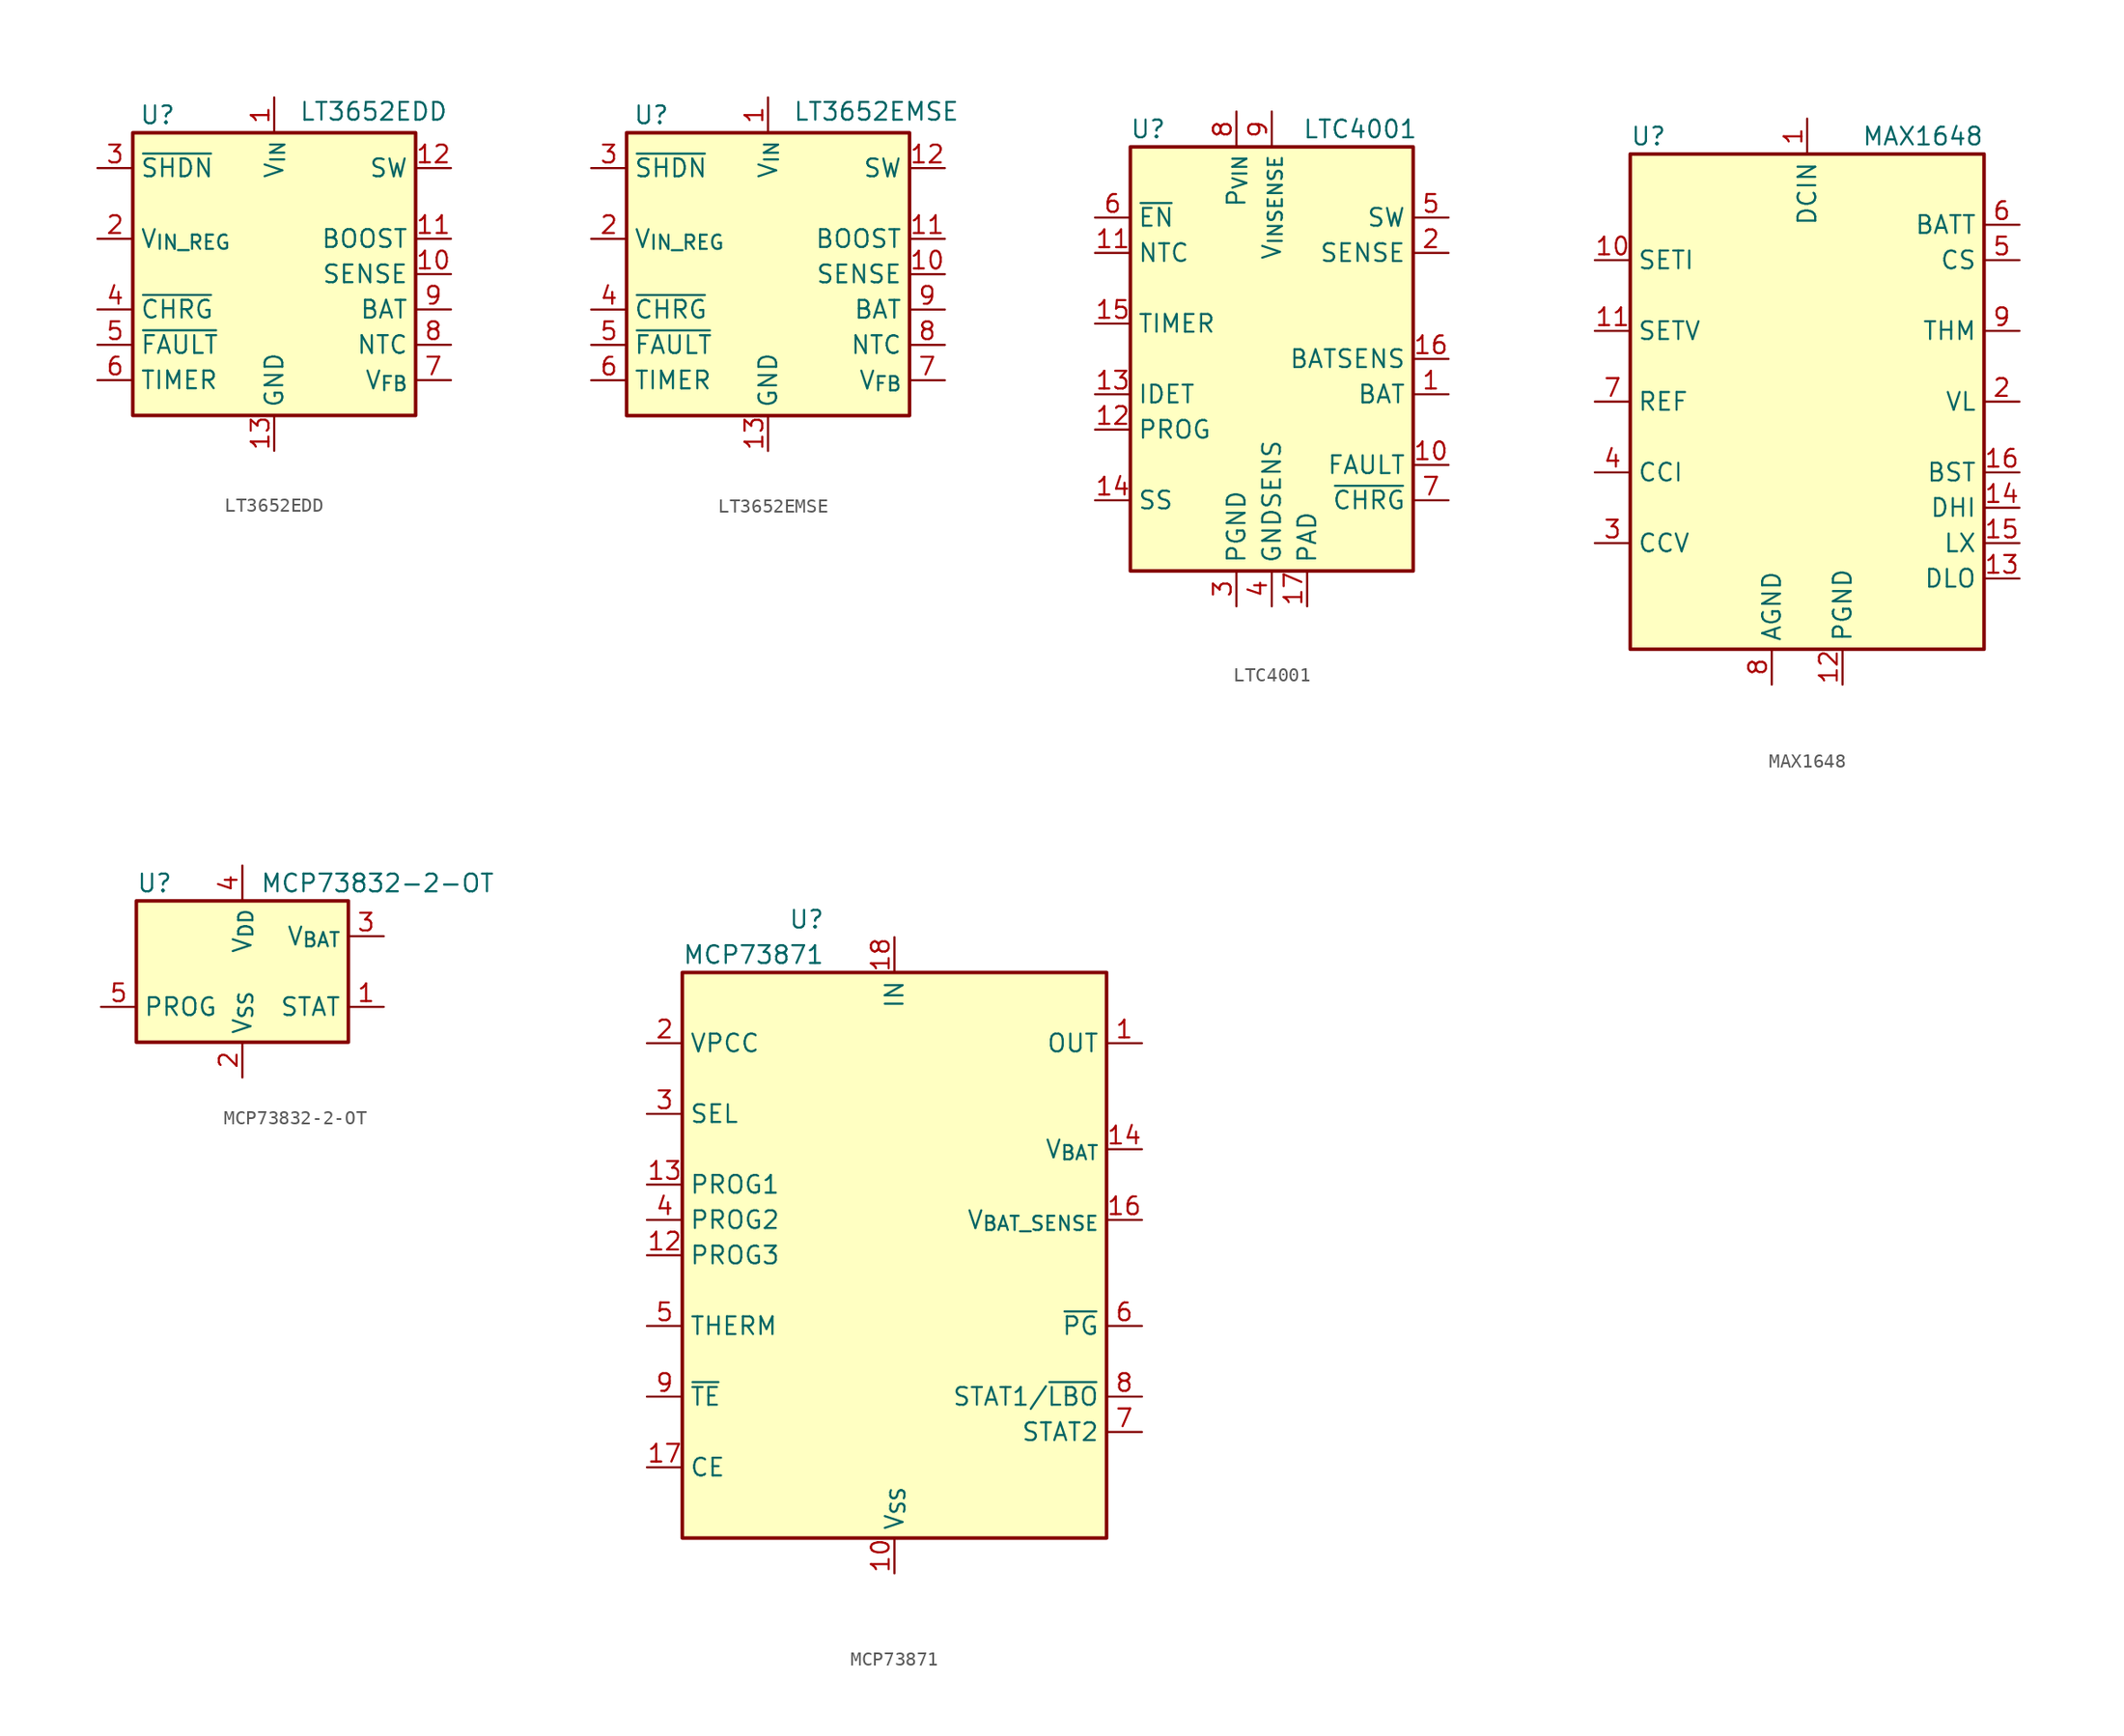
<source format=kicad_sym>
(kicad_symbol_lib
  (version 20220914)
  (generator kicad_symbol_editor)
  (symbol "LT3652EDD"
    (property "Reference" "U"
      (at -8.382 11.43 0)
      (effects (font (size 1.27 1.27))))
    (property "Value" "LT3652EDD"
      (at 1.778 11.684 0)
      (effects (font (size 1.27 1.27)) (justify left)))
    (symbol "LT3652EDD_0_1"
      (rectangle (start -10.16 10.16) (end 10.16 -10.16) (stroke (width 0.254) (type default)) (fill (type background))))
    (symbol "LT3652EDD_1_1"
      (pin power_in line (at 0 12.7 270) (length 2.54) (name "V_{IN}" (effects (font (size 1.27 1.27)))) (number "1" (effects (font (size 1.27 1.27)))))
      (pin input line (at 12.7 0 180) (length 2.54) (name "SENSE" (effects (font (size 1.27 1.27)))) (number "10" (effects (font (size 1.27 1.27)))))
      (pin input line (at 12.7 2.54 180) (length 2.54) (name "BOOST" (effects (font (size 1.27 1.27)))) (number "11" (effects (font (size 1.27 1.27)))))
      (pin output line (at 12.7 7.62 180) (length 2.54) (name "SW" (effects (font (size 1.27 1.27)))) (number "12" (effects (font (size 1.27 1.27)))))
      (pin power_in line (at 0 -12.7 90) (length 2.54) (name "GND" (effects (font (size 1.27 1.27)))) (number "13" (effects (font (size 1.27 1.27)))))
      (pin input line (at -12.7 2.54 0) (length 2.54) (name "V_{IN_REG}" (effects (font (size 1.27 1.27)))) (number "2" (effects (font (size 1.27 1.27)))))
      (pin input line (at -12.7 7.62 0) (length 2.54) (name "~{SHDN}" (effects (font (size 1.27 1.27)))) (number "3" (effects (font (size 1.27 1.27)))))
      (pin open_collector line (at -12.7 -2.54 0) (length 2.54) (name "~{CHRG}" (effects (font (size 1.27 1.27)))) (number "4" (effects (font (size 1.27 1.27)))))
      (pin open_collector line (at -12.7 -5.08 0) (length 2.54) (name "~{FAULT}" (effects (font (size 1.27 1.27)))) (number "5" (effects (font (size 1.27 1.27)))))
      (pin output line (at -12.7 -7.62 0) (length 2.54) (name "TIMER" (effects (font (size 1.27 1.27)))) (number "6" (effects (font (size 1.27 1.27)))))
      (pin input line (at 12.7 -7.62 180) (length 2.54) (name "V_{FB}" (effects (font (size 1.27 1.27)))) (number "7" (effects (font (size 1.27 1.27)))))
      (pin input line (at 12.7 -5.08 180) (length 2.54) (name "NTC" (effects (font (size 1.27 1.27)))) (number "8" (effects (font (size 1.27 1.27)))))
      (pin output line (at 12.7 -2.54 180) (length 2.54) (name "BAT" (effects (font (size 1.27 1.27)))) (number "9" (effects (font (size 1.27 1.27)))))))
  (symbol "LT3652EMSE"
    (property "Reference" "U"
      (at -8.382 11.43 0)
      (effects (font (size 1.27 1.27))))
    (property "Value" "LT3652EMSE"
      (at 1.778 11.684 0)
      (effects (font (size 1.27 1.27)) (justify left)))
    (symbol "LT3652EMSE_0_1"
      (rectangle (start -10.16 10.16) (end 10.16 -10.16) (stroke (width 0.254) (type default)) (fill (type background))))
    (symbol "LT3652EMSE_1_1"
      (pin power_in line (at 0 12.7 270) (length 2.54) (name "V_{IN}" (effects (font (size 1.27 1.27)))) (number "1" (effects (font (size 1.27 1.27)))))
      (pin input line (at 12.7 0 180) (length 2.54) (name "SENSE" (effects (font (size 1.27 1.27)))) (number "10" (effects (font (size 1.27 1.27)))))
      (pin input line (at 12.7 2.54 180) (length 2.54) (name "BOOST" (effects (font (size 1.27 1.27)))) (number "11" (effects (font (size 1.27 1.27)))))
      (pin output line (at 12.7 7.62 180) (length 2.54) (name "SW" (effects (font (size 1.27 1.27)))) (number "12" (effects (font (size 1.27 1.27)))))
      (pin power_in line (at 0 -12.7 90) (length 2.54) (name "GND" (effects (font (size 1.27 1.27)))) (number "13" (effects (font (size 1.27 1.27)))))
      (pin input line (at -12.7 2.54 0) (length 2.54) (name "V_{IN_REG}" (effects (font (size 1.27 1.27)))) (number "2" (effects (font (size 1.27 1.27)))))
      (pin input line (at -12.7 7.62 0) (length 2.54) (name "~{SHDN}" (effects (font (size 1.27 1.27)))) (number "3" (effects (font (size 1.27 1.27)))))
      (pin open_collector line (at -12.7 -2.54 0) (length 2.54) (name "~{CHRG}" (effects (font (size 1.27 1.27)))) (number "4" (effects (font (size 1.27 1.27)))))
      (pin open_collector line (at -12.7 -5.08 0) (length 2.54) (name "~{FAULT}" (effects (font (size 1.27 1.27)))) (number "5" (effects (font (size 1.27 1.27)))))
      (pin output line (at -12.7 -7.62 0) (length 2.54) (name "TIMER" (effects (font (size 1.27 1.27)))) (number "6" (effects (font (size 1.27 1.27)))))
      (pin input line (at 12.7 -7.62 180) (length 2.54) (name "V_{FB}" (effects (font (size 1.27 1.27)))) (number "7" (effects (font (size 1.27 1.27)))))
      (pin input line (at 12.7 -5.08 180) (length 2.54) (name "NTC" (effects (font (size 1.27 1.27)))) (number "8" (effects (font (size 1.27 1.27)))))
      (pin output line (at 12.7 -2.54 180) (length 2.54) (name "BAT" (effects (font (size 1.27 1.27)))) (number "9" (effects (font (size 1.27 1.27)))))))
  (symbol "LTC4001"
    (property "Reference" "U"
      (at -8.89 16.51 0)
      (effects (font (size 1.27 1.27))))
    (property "Value" "LTC4001"
      (at 6.35 16.51 0)
      (effects (font (size 1.27 1.27))))
    (symbol "LTC4001_0_1"
      (rectangle (start -10.16 15.24) (end 10.16 -15.24) (stroke (width 0.254) (type default)) (fill (type background))))
    (symbol "LTC4001_1_1"
      (pin output line (at 12.7 -2.54 180) (length 2.54) (name "BAT" (effects (font (size 1.27 1.27)))) (number "1" (effects (font (size 1.27 1.27)))))
      (pin output line (at 12.7 -7.62 180) (length 2.54) (name "FAULT" (effects (font (size 1.27 1.27)))) (number "10" (effects (font (size 1.27 1.27)))))
      (pin input line (at -12.7 7.62 0) (length 2.54) (name "NTC" (effects (font (size 1.27 1.27)))) (number "11" (effects (font (size 1.27 1.27)))))
      (pin input line (at -12.7 -5.08 0) (length 2.54) (name "PROG" (effects (font (size 1.27 1.27)))) (number "12" (effects (font (size 1.27 1.27)))))
      (pin input line (at -12.7 -2.54 0) (length 2.54) (name "IDET" (effects (font (size 1.27 1.27)))) (number "13" (effects (font (size 1.27 1.27)))))
      (pin input line (at -12.7 -10.16 0) (length 2.54) (name "SS" (effects (font (size 1.27 1.27)))) (number "14" (effects (font (size 1.27 1.27)))))
      (pin input line (at -12.7 2.54 0) (length 2.54) (name "TIMER" (effects (font (size 1.27 1.27)))) (number "15" (effects (font (size 1.27 1.27)))))
      (pin input line (at 12.7 0 180) (length 2.54) (name "BATSENS" (effects (font (size 1.27 1.27)))) (number "16" (effects (font (size 1.27 1.27)))))
      (pin power_in line (at 2.54 -17.78 90) (length 2.54) (name "PAD" (effects (font (size 1.27 1.27)))) (number "17" (effects (font (size 1.27 1.27)))))
      (pin input line (at 12.7 7.62 180) (length 2.54) (name "SENSE" (effects (font (size 1.27 1.27)))) (number "2" (effects (font (size 1.27 1.27)))))
      (pin power_in line (at -2.54 -17.78 90) (length 2.54) (name "PGND" (effects (font (size 1.27 1.27)))) (number "3" (effects (font (size 1.27 1.27)))))
      (pin power_in line (at 0 -17.78 90) (length 2.54) (name "GNDSENS" (effects (font (size 1.27 1.27)))) (number "4" (effects (font (size 1.27 1.27)))))
      (pin output line (at 12.7 10.16 180) (length 2.54) (name "SW" (effects (font (size 1.27 1.27)))) (number "5" (effects (font (size 1.27 1.27)))))
      (pin input line (at -12.7 10.16 0) (length 2.54) (name "~{EN}" (effects (font (size 1.27 1.27)))) (number "6" (effects (font (size 1.27 1.27)))))
      (pin open_collector line (at 12.7 -10.16 180) (length 2.54) (name "~{CHRG}" (effects (font (size 1.27 1.27)))) (number "7" (effects (font (size 1.27 1.27)))))
      (pin power_in line (at -2.54 17.78 270) (length 2.54) (name "P_{VIN}" (effects (font (size 1.27 1.27)))) (number "8" (effects (font (size 1.27 1.27)))))
      (pin power_in line (at 0 17.78 270) (length 2.54) (name "V_{INSENSE}" (effects (font (size 1.27 1.27)))) (number "9" (effects (font (size 1.27 1.27)))))))
  (symbol "MAX1648"
    (property "Reference" "U"
      (at -12.7 19.05 0)
      (effects (font (size 1.27 1.27)) (justify left)))
    (property "Value" "MAX1648"
      (at 12.7 19.05 0)
      (effects (font (size 1.27 1.27)) (justify right)))
    (symbol "MAX1648_0_1"
      (rectangle (start -12.7 17.78) (end 12.7 -17.78) (stroke (width 0.254) (type default)) (fill (type background))))
    (symbol "MAX1648_1_1"
      (pin power_in line (at 0 20.32 270) (length 2.54) (name "DCIN" (effects (font (size 1.27 1.27)))) (number "1" (effects (font (size 1.27 1.27)))))
      (pin input line (at -15.24 10.16 0) (length 2.54) (name "SETI" (effects (font (size 1.27 1.27)))) (number "10" (effects (font (size 1.27 1.27)))))
      (pin input line (at -15.24 5.08 0) (length 2.54) (name "SETV" (effects (font (size 1.27 1.27)))) (number "11" (effects (font (size 1.27 1.27)))))
      (pin power_in line (at 2.54 -20.32 90) (length 2.54) (name "PGND" (effects (font (size 1.27 1.27)))) (number "12" (effects (font (size 1.27 1.27)))))
      (pin output line (at 15.24 -12.7 180) (length 2.54) (name "DLO" (effects (font (size 1.27 1.27)))) (number "13" (effects (font (size 1.27 1.27)))))
      (pin output line (at 15.24 -7.62 180) (length 2.54) (name "DHI" (effects (font (size 1.27 1.27)))) (number "14" (effects (font (size 1.27 1.27)))))
      (pin input line (at 15.24 -10.16 180) (length 2.54) (name "LX" (effects (font (size 1.27 1.27)))) (number "15" (effects (font (size 1.27 1.27)))))
      (pin power_in line (at 15.24 -5.08 180) (length 2.54) (name "BST" (effects (font (size 1.27 1.27)))) (number "16" (effects (font (size 1.27 1.27)))))
      (pin power_out line (at 15.24 0 180) (length 2.54) (name "VL" (effects (font (size 1.27 1.27)))) (number "2" (effects (font (size 1.27 1.27)))))
      (pin passive line (at -15.24 -10.16 0) (length 2.54) (name "CCV" (effects (font (size 1.27 1.27)))) (number "3" (effects (font (size 1.27 1.27)))))
      (pin passive line (at -15.24 -5.08 0) (length 2.54) (name "CCI" (effects (font (size 1.27 1.27)))) (number "4" (effects (font (size 1.27 1.27)))))
      (pin input line (at 15.24 10.16 180) (length 2.54) (name "CS" (effects (font (size 1.27 1.27)))) (number "5" (effects (font (size 1.27 1.27)))))
      (pin input line (at 15.24 12.7 180) (length 2.54) (name "BATT" (effects (font (size 1.27 1.27)))) (number "6" (effects (font (size 1.27 1.27)))))
      (pin bidirectional line (at -15.24 0 0) (length 2.54) (name "REF" (effects (font (size 1.27 1.27)))) (number "7" (effects (font (size 1.27 1.27)))))
      (pin power_in line (at -2.54 -20.32 90) (length 2.54) (name "AGND" (effects (font (size 1.27 1.27)))) (number "8" (effects (font (size 1.27 1.27)))))
      (pin input line (at 15.24 5.08 180) (length 2.54) (name "THM" (effects (font (size 1.27 1.27)))) (number "9" (effects (font (size 1.27 1.27)))))))
  (symbol "MCP73832-2-OT"
    (property "Reference" "U"
      (at -7.62 6.35 0)
      (effects (font (size 1.27 1.27)) (justify left)))
    (property "Value" "MCP73832-2-OT"
      (at 1.27 6.35 0)
      (effects (font (size 1.27 1.27)) (justify left)))
    (symbol "MCP73832-2-OT_0_1"
      (rectangle (start -7.62 5.08) (end 7.62 -5.08) (stroke (width 0.254) (type default)) (fill (type background))))
    (symbol "MCP73832-2-OT_1_1"
      (pin output line (at 10.16 -2.54 180) (length 2.54) (name "STAT" (effects (font (size 1.27 1.27)))) (number "1" (effects (font (size 1.27 1.27)))))
      (pin power_in line (at 0 -7.62 90) (length 2.54) (name "V_{SS}" (effects (font (size 1.27 1.27)))) (number "2" (effects (font (size 1.27 1.27)))))
      (pin power_out line (at 10.16 2.54 180) (length 2.54) (name "V_{BAT}" (effects (font (size 1.27 1.27)))) (number "3" (effects (font (size 1.27 1.27)))))
      (pin power_in line (at 0 7.62 270) (length 2.54) (name "V_{DD}" (effects (font (size 1.27 1.27)))) (number "4" (effects (font (size 1.27 1.27)))))
      (pin input line (at -10.16 -2.54 0) (length 2.54) (name "PROG" (effects (font (size 1.27 1.27)))) (number "5" (effects (font (size 1.27 1.27)))))))
  (symbol "MCP73871"
    (property "Reference" "U"
      (at -7.62 24.13 0)
      (effects (font (size 1.27 1.27)) (justify left)))
    (property "Value" "MCP73871"
      (at -15.24 21.59 0)
      (effects (font (size 1.27 1.27)) (justify left)))
    (symbol "MCP73871_0_1"
      (rectangle (start -15.24 20.32) (end 15.24 -20.32) (stroke (width 0.254) (type default)) (fill (type background))))
    (symbol "MCP73871_1_1"
      (pin power_out line (at 17.78 15.24 180) (length 2.54) (name "OUT" (effects (font (size 1.27 1.27)))) (number "1" (effects (font (size 1.27 1.27)))))
      (pin power_in line (at 0 -22.86 90) (length 2.54) (name "V_{SS}" (effects (font (size 1.27 1.27)))) (number "10" (effects (font (size 1.27 1.27)))))
      (pin passive line (at 0 -22.86 90) (length 2.54) hide (name "V_{SS}" (effects (font (size 1.27 1.27)))) (number "11" (effects (font (size 1.27 1.27)))))
      (pin bidirectional line (at -17.78 0 0) (length 2.54) (name "PROG3" (effects (font (size 1.27 1.27)))) (number "12" (effects (font (size 1.27 1.27)))))
      (pin bidirectional line (at -17.78 5.08 0) (length 2.54) (name "PROG1" (effects (font (size 1.27 1.27)))) (number "13" (effects (font (size 1.27 1.27)))))
      (pin power_out line (at 17.78 7.62 180) (length 2.54) (name "V_{BAT}" (effects (font (size 1.27 1.27)))) (number "14" (effects (font (size 1.27 1.27)))))
      (pin passive line (at 17.78 7.62 180) (length 2.54) hide (name "V_{BAT}" (effects (font (size 1.27 1.27)))) (number "15" (effects (font (size 1.27 1.27)))))
      (pin input line (at 17.78 2.54 180) (length 2.54) (name "V_{BAT_SENSE}" (effects (font (size 1.27 1.27)))) (number "16" (effects (font (size 1.27 1.27)))))
      (pin input line (at -17.78 -15.24 0) (length 2.54) (name "CE" (effects (font (size 1.27 1.27)))) (number "17" (effects (font (size 1.27 1.27)))))
      (pin power_in line (at 0 22.86 270) (length 2.54) (name "IN" (effects (font (size 1.27 1.27)))) (number "18" (effects (font (size 1.27 1.27)))))
      (pin passive line (at 0 22.86 270) (length 2.54) hide (name "IN" (effects (font (size 1.27 1.27)))) (number "19" (effects (font (size 1.27 1.27)))))
      (pin input line (at -17.78 15.24 0) (length 2.54) (name "VPCC" (effects (font (size 1.27 1.27)))) (number "2" (effects (font (size 1.27 1.27)))))
      (pin passive line (at 17.78 15.24 180) (length 2.54) hide (name "OUT" (effects (font (size 1.27 1.27)))) (number "20" (effects (font (size 1.27 1.27)))))
      (pin passive line (at 0 -22.86 90) (length 2.54) hide (name "V_{SS}" (effects (font (size 1.27 1.27)))) (number "21" (effects (font (size 1.27 1.27)))))
      (pin input line (at -17.78 10.16 0) (length 2.54) (name "SEL" (effects (font (size 1.27 1.27)))) (number "3" (effects (font (size 1.27 1.27)))))
      (pin input line (at -17.78 2.54 0) (length 2.54) (name "PROG2" (effects (font (size 1.27 1.27)))) (number "4" (effects (font (size 1.27 1.27)))))
      (pin bidirectional line (at -17.78 -5.08 0) (length 2.54) (name "THERM" (effects (font (size 1.27 1.27)))) (number "5" (effects (font (size 1.27 1.27)))))
      (pin open_collector line (at 17.78 -5.08 180) (length 2.54) (name "~{PG}" (effects (font (size 1.27 1.27)))) (number "6" (effects (font (size 1.27 1.27)))))
      (pin open_collector line (at 17.78 -12.7 180) (length 2.54) (name "STAT2" (effects (font (size 1.27 1.27)))) (number "7" (effects (font (size 1.27 1.27)))))
      (pin open_collector line (at 17.78 -10.16 180) (length 2.54) (name "STAT1/~{LBO}" (effects (font (size 1.27 1.27)))) (number "8" (effects (font (size 1.27 1.27)))))
      (pin input line (at -17.78 -10.16 0) (length 2.54) (name "~{TE}" (effects (font (size 1.27 1.27)))) (number "9" (effects (font (size 1.27 1.27))))))))
</source>
